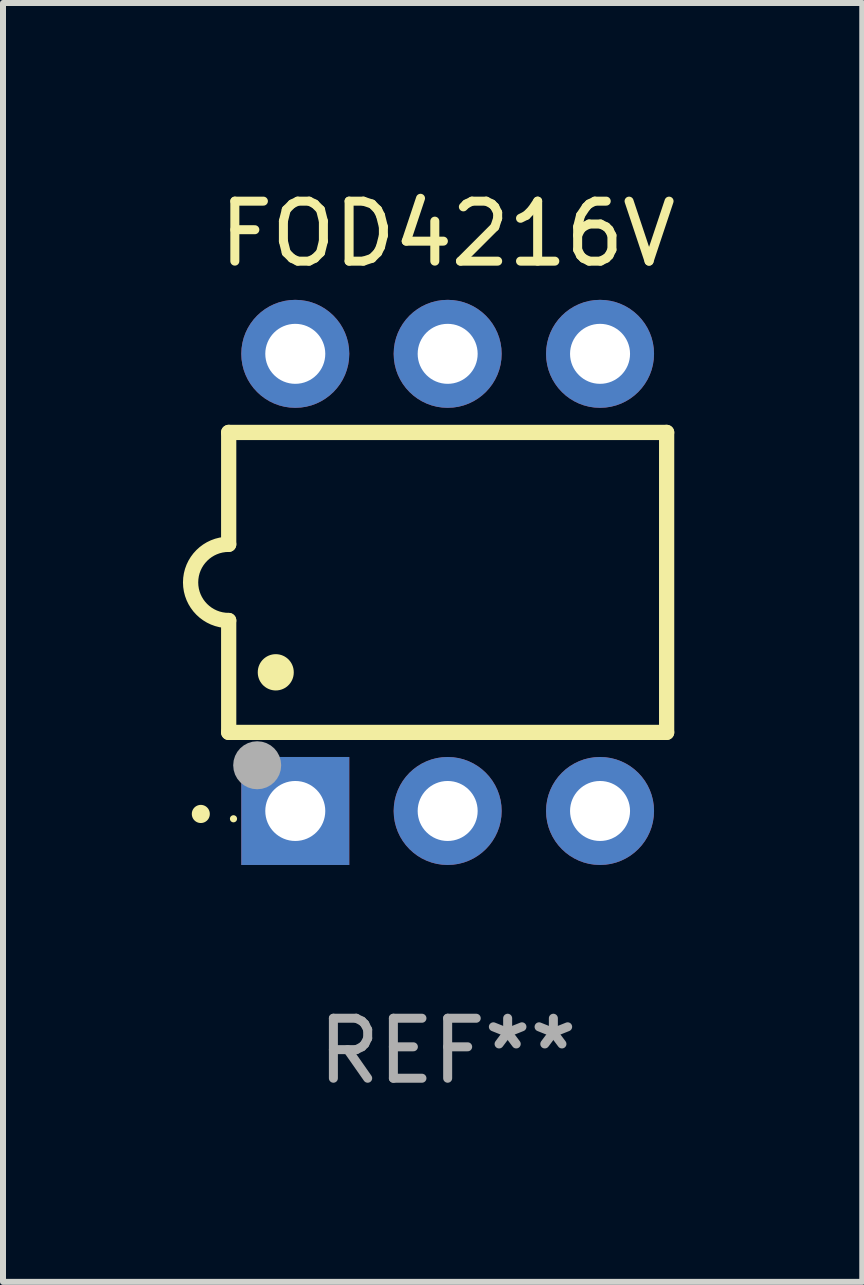
<source format=kicad_pcb>
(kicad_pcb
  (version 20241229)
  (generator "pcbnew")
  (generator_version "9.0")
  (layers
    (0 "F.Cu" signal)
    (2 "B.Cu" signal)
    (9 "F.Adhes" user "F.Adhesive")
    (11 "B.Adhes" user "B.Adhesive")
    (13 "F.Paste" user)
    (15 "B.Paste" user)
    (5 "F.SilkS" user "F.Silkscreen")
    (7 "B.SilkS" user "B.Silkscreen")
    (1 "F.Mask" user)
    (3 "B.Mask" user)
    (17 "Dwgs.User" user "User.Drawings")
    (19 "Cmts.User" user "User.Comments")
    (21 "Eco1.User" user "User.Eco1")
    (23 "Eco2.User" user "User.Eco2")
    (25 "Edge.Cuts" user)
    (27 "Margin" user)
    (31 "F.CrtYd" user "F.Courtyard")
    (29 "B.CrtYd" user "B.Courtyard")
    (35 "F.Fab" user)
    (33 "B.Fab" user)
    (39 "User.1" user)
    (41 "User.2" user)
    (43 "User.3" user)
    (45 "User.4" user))
  (footprint "FOD4216V"
    (layer "F.Cu")
    (at 4.412 6.658)
    (property "Reference" "FOD4216V" (at 0 -5.81 0) (layer "F.SilkS") (effects (font (size 1 1) (thickness 0.15))))
    (attr through_hole)
    (fp_line (start -3.65 -2.5) (end 3.65 -2.5) (stroke (width 0.254) (type solid)) (layer "F.SilkS"))
    (fp_line (start -3.65 -0.635) (end -3.65 -2.5) (stroke (width 0.254) (type solid)) (layer "F.SilkS"))
    (fp_line (start -3.65 0.635) (end -3.65 2.5) (stroke (width 0.254) (type solid)) (layer "F.SilkS"))
    (fp_line (start -3.65 2.5) (end 3.65 2.5) (stroke (width 0.254) (type solid)) (layer "F.SilkS"))
    (fp_line (start 3.65 -2.5) (end 3.65 2.5) (stroke (width 0.254) (type solid)) (layer "F.SilkS"))
    (fp_arc (start -4.114808 3.860808) (mid -4.114813 3.859538) (end -4.114808 3.858268) (stroke (width 0.3) (type solid)) (layer "F.SilkS"))
    (fp_arc (start -3.650013 0.635001) (mid -4.285014 0) (end -3.650013 -0.635001) (stroke (width 0.254001) (type solid)) (layer "F.SilkS"))
    (fp_arc (start -2.865405 1.501143) (mid -2.865416 1.498603) (end -2.865405 1.496063) (stroke (width 0.6) (type solid)) (layer "F.SilkS"))
    (fp_circle (center -3.57 3.94) (end -3.54 3.94) (stroke (width 0.06) (type solid)) (fill no) (layer "F.SilkS"))
    (fp_circle (center -3.175 3.048) (end -2.975 3.048) (stroke (width 0.4) (type solid)) (fill no) (layer "F.Fab"))
    (fp_text user "REF**" (at 0 7.81 0) (layer "F.Fab") (effects (font (size 1 1) (thickness 0.15))))
    (pad "1" thru_hole rect (at -2.54 3.81 90) (size 1.8 1.8) (drill 1) (layers "*.Cu" "*.Mask"))
    (pad "2" thru_hole circle (at 0 3.81) (size 1.8 1.8) (drill 1) (layers "*.Cu" "*.Mask"))
    (pad "3" thru_hole circle (at 2.54 3.81) (size 1.8 1.8) (drill 1) (layers "*.Cu" "*.Mask"))
    (pad "4" thru_hole circle (at 2.54 -3.81) (size 1.8 1.8) (drill 1) (layers "*.Cu" "*.Mask"))
    (pad "5" thru_hole circle (at 0 -3.81) (size 1.8 1.8) (drill 1) (layers "*.Cu" "*.Mask"))
    (pad "6" thru_hole circle (at -2.54 -3.81) (size 1.8 1.8) (drill 1) (layers "*.Cu" "*.Mask")))
  (gr_rect
    (start -3 -3)
    (end 11.323 18.317)
    (stroke (width 0.1) (type default))
    (fill no)
    (layer "Edge.Cuts")))
</source>
